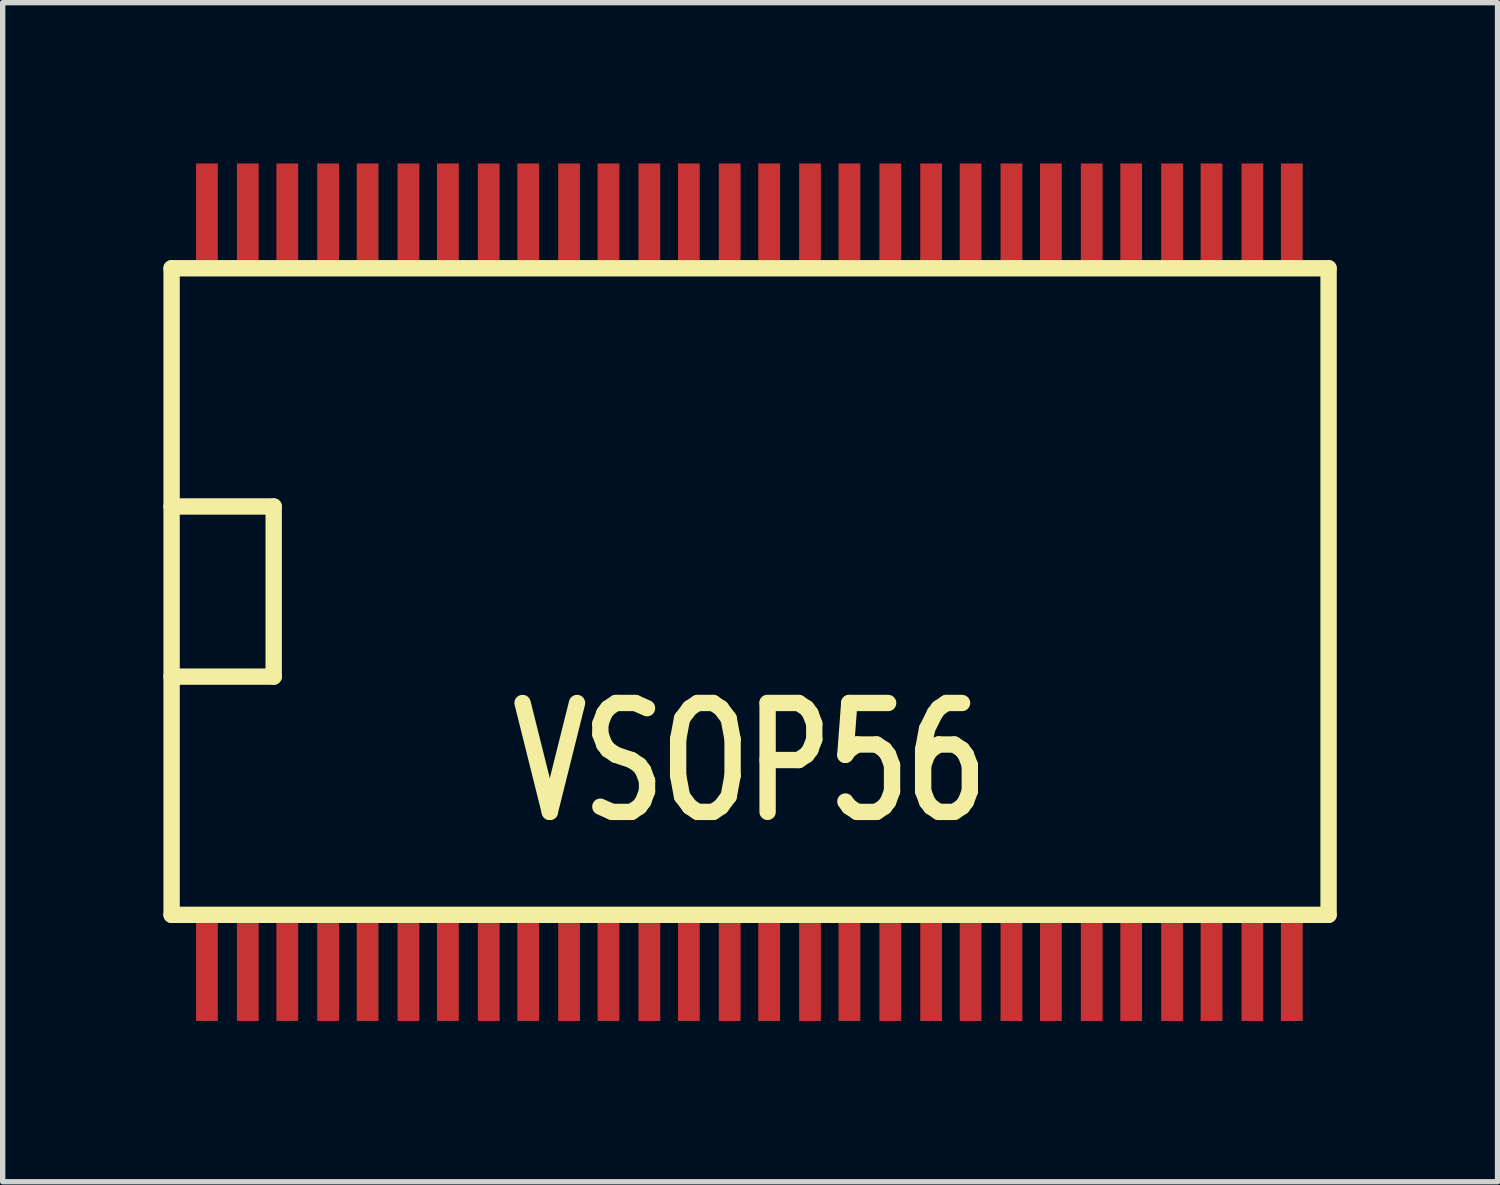
<source format=kicad_pcb>
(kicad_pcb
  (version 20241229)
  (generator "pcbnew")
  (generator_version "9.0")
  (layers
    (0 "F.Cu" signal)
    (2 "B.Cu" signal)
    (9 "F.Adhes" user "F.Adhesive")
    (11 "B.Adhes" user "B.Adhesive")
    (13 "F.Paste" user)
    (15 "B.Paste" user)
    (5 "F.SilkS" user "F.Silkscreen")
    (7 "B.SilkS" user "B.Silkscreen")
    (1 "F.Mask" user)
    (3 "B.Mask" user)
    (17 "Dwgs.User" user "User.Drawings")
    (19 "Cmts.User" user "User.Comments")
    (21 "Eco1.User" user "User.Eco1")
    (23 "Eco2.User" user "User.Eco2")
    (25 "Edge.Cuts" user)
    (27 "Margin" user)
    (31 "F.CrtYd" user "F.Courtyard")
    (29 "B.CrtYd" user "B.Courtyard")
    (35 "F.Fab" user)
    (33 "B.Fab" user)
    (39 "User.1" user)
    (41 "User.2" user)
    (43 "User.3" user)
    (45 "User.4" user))
  (footprint "VSOP56"
    (layer "F.Cu")
    (at 10.947 8.001)
    (property "Reference" "VSOP56" (at 0 3.175 0) (layer "F.SilkS") (effects (font (size 2.032 1.524) (thickness 0.305))))
    (attr smd)
    (fp_line (start -10.795 -6.045) (end 10.795 -6.045) (stroke (width 0.305) (type solid)) (layer "F.SilkS"))
    (fp_line (start -10.795 -1.6) (end -8.89 -1.6) (stroke (width 0.305) (type solid)) (layer "F.SilkS"))
    (fp_line (start -10.795 6.02) (end -10.795 -6.045) (stroke (width 0.305) (type solid)) (layer "F.SilkS"))
    (fp_line (start -8.89 -1.6) (end -8.89 1.575) (stroke (width 0.305) (type solid)) (layer "F.SilkS"))
    (fp_line (start -8.89 1.575) (end -10.795 1.575) (stroke (width 0.305) (type solid)) (layer "F.SilkS"))
    (fp_line (start 10.795 -6.045) (end 10.795 6.02) (stroke (width 0.305) (type solid)) (layer "F.SilkS"))
    (fp_line (start 10.795 6.02) (end -10.795 6.02) (stroke (width 0.305) (type solid)) (layer "F.SilkS"))
    (pad "1" smd rect (at -10.135 6.985) (size 0.406 2.032) (layers "F.Cu" "F.Mask" "F.Paste"))
    (pad "2" smd rect (at -9.373 6.985) (size 0.406 2.032) (layers "F.Cu" "F.Mask" "F.Paste"))
    (pad "3" smd rect (at -8.636 6.985) (size 0.406 2.032) (layers "F.Cu" "F.Mask" "F.Paste"))
    (pad "4" smd rect (at -7.874 6.985) (size 0.406 2.032) (layers "F.Cu" "F.Mask" "F.Paste"))
    (pad "5" smd rect (at -7.137 6.985) (size 0.406 2.032) (layers "F.Cu" "F.Mask" "F.Paste"))
    (pad "6" smd rect (at -6.375 6.985) (size 0.406 2.032) (layers "F.Cu" "F.Mask" "F.Paste"))
    (pad "7" smd rect (at -5.639 6.985) (size 0.406 2.032) (layers "F.Cu" "F.Mask" "F.Paste"))
    (pad "8" smd rect (at -4.877 6.985) (size 0.406 2.032) (layers "F.Cu" "F.Mask" "F.Paste"))
    (pad "9" smd rect (at -4.14 6.985) (size 0.406 2.032) (layers "F.Cu" "F.Mask" "F.Paste"))
    (pad "10" smd rect (at -3.378 6.985) (size 0.406 2.032) (layers "F.Cu" "F.Mask" "F.Paste"))
    (pad "11" smd rect (at -2.642 6.985) (size 0.406 2.032) (layers "F.Cu" "F.Mask" "F.Paste"))
    (pad "12" smd rect (at -1.88 6.985) (size 0.406 2.032) (layers "F.Cu" "F.Mask" "F.Paste"))
    (pad "13" smd rect (at -1.143 6.985) (size 0.406 2.032) (layers "F.Cu" "F.Mask" "F.Paste"))
    (pad "14" smd rect (at -0.381 6.985) (size 0.406 2.032) (layers "F.Cu" "F.Mask" "F.Paste"))
    (pad "15" smd rect (at 0.356 6.985) (size 0.406 2.032) (layers "F.Cu" "F.Mask" "F.Paste"))
    (pad "16" smd rect (at 1.118 6.985) (size 0.406 2.032) (layers "F.Cu" "F.Mask" "F.Paste"))
    (pad "17" smd rect (at 1.854 6.985) (size 0.406 2.032) (layers "F.Cu" "F.Mask" "F.Paste"))
    (pad "18" smd rect (at 2.616 6.985) (size 0.406 2.032) (layers "F.Cu" "F.Mask" "F.Paste"))
    (pad "19" smd rect (at 3.378 6.985) (size 0.406 2.032) (layers "F.Cu" "F.Mask" "F.Paste"))
    (pad "20" smd rect (at 4.115 6.985) (size 0.406 2.032) (layers "F.Cu" "F.Mask" "F.Paste"))
    (pad "21" smd rect (at 4.877 6.985) (size 0.406 2.032) (layers "F.Cu" "F.Mask" "F.Paste"))
    (pad "22" smd rect (at 5.613 6.985) (size 0.406 2.032) (layers "F.Cu" "F.Mask" "F.Paste"))
    (pad "23" smd rect (at 6.375 6.985) (size 0.406 2.032) (layers "F.Cu" "F.Mask" "F.Paste"))
    (pad "24" smd rect (at 7.112 6.985) (size 0.406 2.032) (layers "F.Cu" "F.Mask" "F.Paste"))
    (pad "25" smd rect (at 7.874 6.985) (size 0.406 2.032) (layers "F.Cu" "F.Mask" "F.Paste"))
    (pad "26" smd rect (at 8.611 6.985) (size 0.406 2.032) (layers "F.Cu" "F.Mask" "F.Paste"))
    (pad "27" smd rect (at 9.373 6.985) (size 0.406 2.032) (layers "F.Cu" "F.Mask" "F.Paste"))
    (pad "28" smd rect (at 10.109 6.985) (size 0.406 2.032) (layers "F.Cu" "F.Mask" "F.Paste"))
    (pad "29" smd rect (at 10.109 -6.985) (size 0.406 2.032) (layers "F.Cu" "F.Mask" "F.Paste"))
    (pad "30" smd rect (at 9.373 -6.985) (size 0.406 2.032) (layers "F.Cu" "F.Mask" "F.Paste"))
    (pad "31" smd rect (at 8.611 -6.985) (size 0.406 2.032) (layers "F.Cu" "F.Mask" "F.Paste"))
    (pad "32" smd rect (at 7.874 -6.985) (size 0.406 2.032) (layers "F.Cu" "F.Mask" "F.Paste"))
    (pad "33" smd rect (at 7.112 -6.985) (size 0.406 2.032) (layers "F.Cu" "F.Mask" "F.Paste"))
    (pad "34" smd rect (at 6.375 -6.985) (size 0.406 2.032) (layers "F.Cu" "F.Mask" "F.Paste"))
    (pad "35" smd rect (at 5.613 -6.985) (size 0.406 2.032) (layers "F.Cu" "F.Mask" "F.Paste"))
    (pad "36" smd rect (at 4.877 -6.985) (size 0.406 2.032) (layers "F.Cu" "F.Mask" "F.Paste"))
    (pad "37" smd rect (at 4.115 -6.985) (size 0.406 2.032) (layers "F.Cu" "F.Mask" "F.Paste"))
    (pad "38" smd rect (at 3.378 -6.985) (size 0.406 2.032) (layers "F.Cu" "F.Mask" "F.Paste"))
    (pad "39" smd rect (at 2.616 -6.985) (size 0.406 2.032) (layers "F.Cu" "F.Mask" "F.Paste"))
    (pad "40" smd rect (at 1.854 -6.985) (size 0.406 2.032) (layers "F.Cu" "F.Mask" "F.Paste"))
    (pad "41" smd rect (at 1.118 -6.985) (size 0.406 2.032) (layers "F.Cu" "F.Mask" "F.Paste"))
    (pad "42" smd rect (at 0.356 -6.985) (size 0.406 2.032) (layers "F.Cu" "F.Mask" "F.Paste"))
    (pad "43" smd rect (at -0.381 -6.985) (size 0.406 2.032) (layers "F.Cu" "F.Mask" "F.Paste"))
    (pad "44" smd rect (at -1.143 -6.985) (size 0.406 2.032) (layers "F.Cu" "F.Mask" "F.Paste"))
    (pad "45" smd rect (at -1.88 -6.985) (size 0.406 2.032) (layers "F.Cu" "F.Mask" "F.Paste"))
    (pad "46" smd rect (at -2.642 -6.985) (size 0.406 2.032) (layers "F.Cu" "F.Mask" "F.Paste"))
    (pad "47" smd rect (at -3.378 -6.985) (size 0.406 2.032) (layers "F.Cu" "F.Mask" "F.Paste"))
    (pad "48" smd rect (at -4.14 -6.985) (size 0.406 2.032) (layers "F.Cu" "F.Mask" "F.Paste"))
    (pad "49" smd rect (at -4.877 -6.985) (size 0.406 2.032) (layers "F.Cu" "F.Mask" "F.Paste"))
    (pad "50" smd rect (at -5.639 -6.985) (size 0.406 2.032) (layers "F.Cu" "F.Mask" "F.Paste"))
    (pad "51" smd rect (at -6.375 -6.985) (size 0.406 2.032) (layers "F.Cu" "F.Mask" "F.Paste"))
    (pad "52" smd rect (at -7.137 -6.985) (size 0.406 2.032) (layers "F.Cu" "F.Mask" "F.Paste"))
    (pad "53" smd rect (at -7.874 -6.985) (size 0.406 2.032) (layers "F.Cu" "F.Mask" "F.Paste"))
    (pad "54" smd rect (at -8.636 -6.985) (size 0.406 2.032) (layers "F.Cu" "F.Mask" "F.Paste"))
    (pad "55" smd rect (at -9.373 -6.985) (size 0.406 2.032) (layers "F.Cu" "F.Mask" "F.Paste"))
    (pad "56" smd rect (at -10.135 -6.985) (size 0.406 2.032) (layers "F.Cu" "F.Mask" "F.Paste")))
  (gr_rect
    (start -3 -3)
    (end 24.895 19.002)
    (stroke (width 0.1) (type default))
    (fill no)
    (layer "Edge.Cuts")))
</source>
